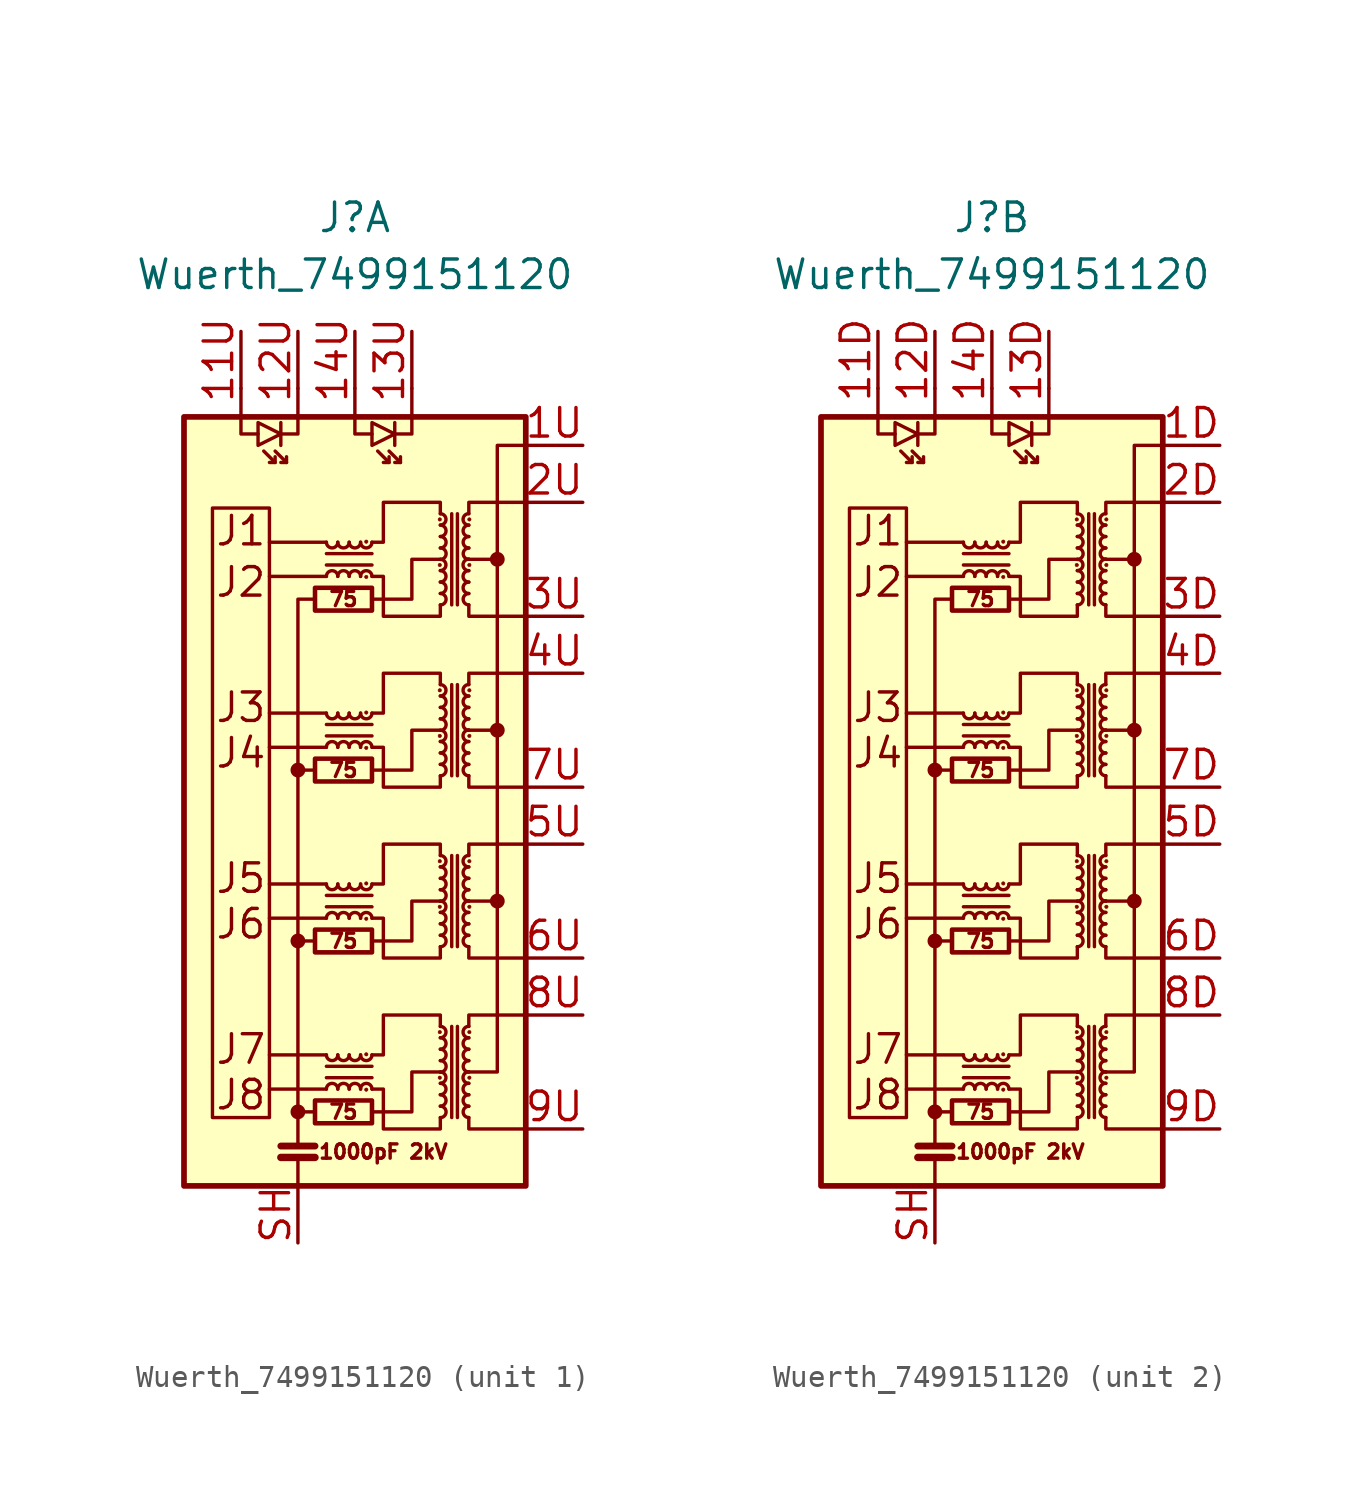
<source format=kicad_sym>
(kicad_symbol_lib
  (version 20201005)
  (generator kicad_symbol_editor)
  (symbol "Wuerth_7499151120"
    (pin_names
      (offset 0.025) hide)
    (property "Reference" "J"
      (at 0 25.4 0)
      (effects (font (size 1.27 1.27))))
    (property "Value" "Wuerth_7499151120"
      (at 0 22.86 0)
      (effects (font (size 1.27 1.27))))
    (property "ki_locked" ""
      (at 0 0 0)
      (effects (font (size 1.27 1.27))))
    (symbol "Wuerth_7499151120_0_0"
      (text "1000pF 2kV" (at 1.27 -16.256 0) (effects (font (size 0.635 0.635))))
      (text "75" (at -0.508 -14.478 0) (effects (font (size 0.635 0.635))))
      (text "75" (at -0.508 -6.858 0) (effects (font (size 0.635 0.635))))
      (text "75" (at -0.508 0.762 0) (effects (font (size 0.635 0.635))))
      (text "75" (at -0.508 8.382 0) (effects (font (size 0.635 0.635))))
      (text "J1" (at -5.08 11.43 0) (effects (font (size 1.27 1.27))))
      (text "J2" (at -5.08 9.144 0) (effects (font (size 1.27 1.27))))
      (text "J3" (at -5.08 3.556 0) (effects (font (size 1.27 1.27))))
      (text "J4" (at -5.08 1.524 0) (effects (font (size 1.27 1.27))))
      (text "J5" (at -5.08 -4.064 0) (effects (font (size 1.27 1.27))))
      (text "J6" (at -5.08 -6.096 0) (effects (font (size 1.27 1.27))))
      (text "J7" (at -5.08 -11.684 0) (effects (font (size 1.27 1.27))))
      (text "J8" (at -5.08 -13.716 0) (effects (font (size 1.27 1.27))))
      (polyline (pts (xy -1.778 -14.478) (xy -2.54 -14.478)) (stroke (width 0)) (fill (type none)))
      (polyline (pts (xy -1.27 -13.462) (xy -3.81 -13.462)) (stroke (width 0)) (fill (type none)))
      (polyline (pts (xy -1.27 -11.938) (xy -3.81 -11.938)) (stroke (width 0)) (fill (type none)))
      (polyline (pts (xy -1.27 -5.842) (xy -3.81 -5.842)) (stroke (width 0)) (fill (type none)))
      (polyline (pts (xy -1.27 -4.318) (xy -3.81 -4.318)) (stroke (width 0)) (fill (type none)))
      (polyline (pts (xy -1.27 1.778) (xy -3.81 1.778)) (stroke (width 0)) (fill (type none)))
      (polyline (pts (xy -1.27 3.302) (xy -3.81 3.302)) (stroke (width 0)) (fill (type none)))
      (polyline (pts (xy -1.27 9.398) (xy -3.81 9.398)) (stroke (width 0)) (fill (type none)))
      (polyline (pts (xy -1.27 10.922) (xy -3.81 10.922)) (stroke (width 0)) (fill (type none)))
      (polyline (pts (xy 5.08 2.54) (xy 6.35 2.54)) (stroke (width 0)) (fill (type none)))
      (polyline (pts (xy 6.35 -5.08) (xy 5.08 -5.08)) (stroke (width 0)) (fill (type none)))
      (polyline (pts (xy 6.35 10.16) (xy 5.08 10.16)) (stroke (width 0)) (fill (type none)))
      (polyline (pts (xy 0.762 -14.478) (xy 2.54 -14.478) (xy 2.54 -12.7) (xy 3.81 -12.7)) (stroke (width 0)) (fill (type none)))
      (polyline (pts (xy 0.762 -6.858) (xy 2.54 -6.858) (xy 2.54 -5.08) (xy 3.81 -5.08)) (stroke (width 0)) (fill (type none)))
      (polyline (pts (xy 0.762 0.762) (xy 2.54 0.762) (xy 2.54 2.54) (xy 3.81 2.54)) (stroke (width 0)) (fill (type none)))
      (polyline (pts (xy 0.762 8.382) (xy 2.54 8.382) (xy 2.54 10.16) (xy 3.81 10.16)) (stroke (width 0)) (fill (type none))))
    (symbol "Wuerth_7499151120_0_1"
      (arc (start -0.762 -13.462) (end -1.27 -13.462) (radius (at -1.016 -13.462) (length 0.254) (angles 0.1 179.9)) (stroke (width 0)) (fill (type none)))
      (arc (start -1.27 -11.938) (end -0.762 -11.938) (radius (at -1.016 -11.938) (length 0.254) (angles -179.9 -0.1)) (stroke (width 0)) (fill (type none)))
      (arc (start -0.762 -5.842) (end -1.27 -5.842) (radius (at -1.016 -5.842) (length 0.254) (angles 0.1 179.9)) (stroke (width 0)) (fill (type none)))
      (arc (start -1.27 -4.318) (end -0.762 -4.318) (radius (at -1.016 -4.318) (length 0.254) (angles -179.9 -0.1)) (stroke (width 0)) (fill (type none)))
      (arc (start -0.762 1.778) (end -1.27 1.778) (radius (at -1.016 1.778) (length 0.254) (angles 0.1 179.9)) (stroke (width 0)) (fill (type none)))
      (arc (start -1.27 3.302) (end -0.762 3.302) (radius (at -1.016 3.302) (length 0.254) (angles -179.9 -0.1)) (stroke (width 0)) (fill (type none)))
      (arc (start -0.762 9.398) (end -1.27 9.398) (radius (at -1.016 9.398) (length 0.254) (angles 0.1 179.9)) (stroke (width 0)) (fill (type none)))
      (arc (start -1.27 10.922) (end -0.762 10.922) (radius (at -1.016 10.922) (length 0.254) (angles -179.9 -0.1)) (stroke (width 0)) (fill (type none)))
      (arc (start -0.254 -13.462) (end -0.762 -13.462) (radius (at -0.508 -13.462) (length 0.254) (angles 0.1 179.9)) (stroke (width 0)) (fill (type none)))
      (arc (start -0.762 -11.938) (end -0.254 -11.938) (radius (at -0.508 -11.938) (length 0.254) (angles -179.9 -0.1)) (stroke (width 0)) (fill (type none)))
      (arc (start -0.254 -5.842) (end -0.762 -5.842) (radius (at -0.508 -5.842) (length 0.254) (angles 0.1 179.9)) (stroke (width 0)) (fill (type none)))
      (arc (start -0.762 -4.318) (end -0.254 -4.318) (radius (at -0.508 -4.318) (length 0.254) (angles -179.9 -0.1)) (stroke (width 0)) (fill (type none)))
      (arc (start -0.254 1.778) (end -0.762 1.778) (radius (at -0.508 1.778) (length 0.254) (angles 0.1 179.9)) (stroke (width 0)) (fill (type none)))
      (arc (start -0.762 3.302) (end -0.254 3.302) (radius (at -0.508 3.302) (length 0.254) (angles -179.9 -0.1)) (stroke (width 0)) (fill (type none)))
      (arc (start -0.254 9.398) (end -0.762 9.398) (radius (at -0.508 9.398) (length 0.254) (angles 0.1 179.9)) (stroke (width 0)) (fill (type none)))
      (arc (start -0.762 10.922) (end -0.254 10.922) (radius (at -0.508 10.922) (length 0.254) (angles -179.9 -0.1)) (stroke (width 0)) (fill (type none)))
      (arc (start 0.254 -13.462) (end -0.254 -13.462) (radius (at 0 -13.462) (length 0.254) (angles 0.1 179.9)) (stroke (width 0)) (fill (type none)))
      (arc (start -0.254 -11.938) (end 0.254 -11.938) (radius (at 0 -11.938) (length 0.254) (angles -179.9 -0.1)) (stroke (width 0)) (fill (type none)))
      (arc (start 0.254 -5.842) (end -0.254 -5.842) (radius (at 0 -5.842) (length 0.254) (angles 0.1 179.9)) (stroke (width 0)) (fill (type none)))
      (arc (start -0.254 -4.318) (end 0.254 -4.318) (radius (at 0 -4.318) (length 0.254) (angles -179.9 -0.1)) (stroke (width 0)) (fill (type none)))
      (arc (start 0.254 1.778) (end -0.254 1.778) (radius (at 0 1.778) (length 0.254) (angles 0.1 179.9)) (stroke (width 0)) (fill (type none)))
      (arc (start -0.254 3.302) (end 0.254 3.302) (radius (at 0 3.302) (length 0.254) (angles -179.9 -0.1)) (stroke (width 0)) (fill (type none)))
      (arc (start 0.254 9.398) (end -0.254 9.398) (radius (at 0 9.398) (length 0.254) (angles 0.1 179.9)) (stroke (width 0)) (fill (type none)))
      (arc (start -0.254 10.922) (end 0.254 10.922) (radius (at 0 10.922) (length 0.254) (angles -179.9 -0.1)) (stroke (width 0)) (fill (type none)))
      (arc (start 0.762 -13.462) (end 0.254 -13.462) (radius (at 0.508 -13.462) (length 0.254) (angles 0.1 179.9)) (stroke (width 0)) (fill (type none)))
      (arc (start 0.254 -11.938) (end 0.762 -11.938) (radius (at 0.508 -11.938) (length 0.254) (angles -179.9 -0.1)) (stroke (width 0)) (fill (type none)))
      (arc (start 0.762 -5.842) (end 0.254 -5.842) (radius (at 0.508 -5.842) (length 0.254) (angles 0.1 179.9)) (stroke (width 0)) (fill (type none)))
      (arc (start 0.254 -4.318) (end 0.762 -4.318) (radius (at 0.508 -4.318) (length 0.254) (angles -179.9 -0.1)) (stroke (width 0)) (fill (type none)))
      (arc (start 0.762 1.778) (end 0.254 1.778) (radius (at 0.508 1.778) (length 0.254) (angles 0.1 179.9)) (stroke (width 0)) (fill (type none)))
      (arc (start 0.254 3.302) (end 0.762 3.302) (radius (at 0.508 3.302) (length 0.254) (angles -179.9 -0.1)) (stroke (width 0)) (fill (type none)))
      (arc (start 0.762 9.398) (end 0.254 9.398) (radius (at 0.508 9.398) (length 0.254) (angles 0.1 179.9)) (stroke (width 0)) (fill (type none)))
      (arc (start 0.254 10.922) (end 0.762 10.922) (radius (at 0.508 10.922) (length 0.254) (angles -179.9 -0.1)) (stroke (width 0)) (fill (type none)))
      (arc (start 3.81 -14.732) (end 3.81 -14.224) (radius (at 3.81 -14.478) (length 0.254) (angles -89.9 89.9)) (stroke (width 0)) (fill (type none)))
      (arc (start 3.81 -14.224) (end 3.81 -13.716) (radius (at 3.81 -13.97) (length 0.254) (angles -89.9 89.9)) (stroke (width 0)) (fill (type none)))
      (arc (start 3.81 -13.716) (end 3.81 -13.208) (radius (at 3.81 -13.462) (length 0.254) (angles -89.9 89.9)) (stroke (width 0)) (fill (type none)))
      (arc (start 3.81 -13.208) (end 3.81 -12.7) (radius (at 3.81 -12.954) (length 0.254) (angles -89.9 89.9)) (stroke (width 0)) (fill (type none)))
      (arc (start 3.81 -12.7) (end 3.81 -12.192) (radius (at 3.81 -12.446) (length 0.254) (angles -89.9 89.9)) (stroke (width 0)) (fill (type none)))
      (arc (start 3.81 -12.192) (end 3.81 -11.684) (radius (at 3.81 -11.938) (length 0.254) (angles -89.9 89.9)) (stroke (width 0)) (fill (type none)))
      (arc (start 3.81 -11.684) (end 3.81 -11.176) (radius (at 3.81 -11.43) (length 0.254) (angles -89.9 89.9)) (stroke (width 0)) (fill (type none)))
      (arc (start 3.81 -11.176) (end 3.81 -10.668) (radius (at 3.81 -10.922) (length 0.254) (angles -89.9 89.9)) (stroke (width 0)) (fill (type none)))
      (arc (start 3.81 -7.112) (end 3.81 -6.604) (radius (at 3.81 -6.858) (length 0.254) (angles -89.9 89.9)) (stroke (width 0)) (fill (type none)))
      (arc (start 3.81 -6.604) (end 3.81 -6.096) (radius (at 3.81 -6.35) (length 0.254) (angles -89.9 89.9)) (stroke (width 0)) (fill (type none)))
      (arc (start 3.81 -6.096) (end 3.81 -5.588) (radius (at 3.81 -5.842) (length 0.254) (angles -89.9 89.9)) (stroke (width 0)) (fill (type none)))
      (arc (start 3.81 -5.588) (end 3.81 -5.08) (radius (at 3.81 -5.334) (length 0.254) (angles -89.9 89.9)) (stroke (width 0)) (fill (type none)))
      (arc (start 3.81 -5.08) (end 3.81 -4.572) (radius (at 3.81 -4.826) (length 0.254) (angles -89.9 89.9)) (stroke (width 0)) (fill (type none)))
      (arc (start 3.81 -4.572) (end 3.81 -4.064) (radius (at 3.81 -4.318) (length 0.254) (angles -89.9 89.9)) (stroke (width 0)) (fill (type none)))
      (arc (start 3.81 -4.064) (end 3.81 -3.556) (radius (at 3.81 -3.81) (length 0.254) (angles -89.9 89.9)) (stroke (width 0)) (fill (type none)))
      (arc (start 3.81 -3.556) (end 3.81 -3.048) (radius (at 3.81 -3.302) (length 0.254) (angles -89.9 89.9)) (stroke (width 0)) (fill (type none)))
      (arc (start 3.81 0.508) (end 3.81 1.016) (radius (at 3.81 0.762) (length 0.254) (angles -89.9 89.9)) (stroke (width 0)) (fill (type none)))
      (arc (start 3.81 1.016) (end 3.81 1.524) (radius (at 3.81 1.27) (length 0.254) (angles -89.9 89.9)) (stroke (width 0)) (fill (type none)))
      (arc (start 3.81 1.524) (end 3.81 2.032) (radius (at 3.81 1.778) (length 0.254) (angles -89.9 89.9)) (stroke (width 0)) (fill (type none)))
      (arc (start 3.81 2.032) (end 3.81 2.54) (radius (at 3.81 2.286) (length 0.254) (angles -89.9 89.9)) (stroke (width 0)) (fill (type none)))
      (arc (start 3.81 2.54) (end 3.81 3.048) (radius (at 3.81 2.794) (length 0.254) (angles -89.9 89.9)) (stroke (width 0)) (fill (type none)))
      (arc (start 3.81 3.048) (end 3.81 3.556) (radius (at 3.81 3.302) (length 0.254) (angles -89.9 89.9)) (stroke (width 0)) (fill (type none)))
      (arc (start 3.81 3.556) (end 3.81 4.064) (radius (at 3.81 3.81) (length 0.254) (angles -89.9 89.9)) (stroke (width 0)) (fill (type none)))
      (arc (start 3.81 4.064) (end 3.81 4.572) (radius (at 3.81 4.318) (length 0.254) (angles -89.9 89.9)) (stroke (width 0)) (fill (type none)))
      (arc (start 3.81 8.128) (end 3.81 8.636) (radius (at 3.81 8.382) (length 0.254) (angles -89.9 89.9)) (stroke (width 0)) (fill (type none)))
      (arc (start 3.81 8.636) (end 3.81 9.144) (radius (at 3.81 8.89) (length 0.254) (angles -89.9 89.9)) (stroke (width 0)) (fill (type none)))
      (arc (start 3.81 9.144) (end 3.81 9.652) (radius (at 3.81 9.398) (length 0.254) (angles -89.9 89.9)) (stroke (width 0)) (fill (type none)))
      (arc (start 3.81 9.652) (end 3.81 10.16) (radius (at 3.81 9.906) (length 0.254) (angles -89.9 89.9)) (stroke (width 0)) (fill (type none)))
      (arc (start 3.81 10.16) (end 3.81 10.668) (radius (at 3.81 10.414) (length 0.254) (angles -89.9 89.9)) (stroke (width 0)) (fill (type none)))
      (arc (start 3.81 10.668) (end 3.81 11.176) (radius (at 3.81 10.922) (length 0.254) (angles -89.9 89.9)) (stroke (width 0)) (fill (type none)))
      (arc (start 3.81 11.176) (end 3.81 11.684) (radius (at 3.81 11.43) (length 0.254) (angles -89.9 89.9)) (stroke (width 0)) (fill (type none)))
      (arc (start 3.81 11.684) (end 3.81 12.192) (radius (at 3.81 11.938) (length 0.254) (angles -89.9 89.9)) (stroke (width 0)) (fill (type none)))
      (arc (start 5.08 -14.224) (end 5.08 -14.732) (radius (at 5.08 -14.478) (length 0.254) (angles 90.1 -90.1)) (stroke (width 0)) (fill (type none)))
      (arc (start 5.08 -13.716) (end 5.08 -14.224) (radius (at 5.08 -13.97) (length 0.254) (angles 90.1 -90.1)) (stroke (width 0)) (fill (type none)))
      (arc (start 5.08 -13.208) (end 5.08 -13.716) (radius (at 5.08 -13.462) (length 0.254) (angles 90.1 -90.1)) (stroke (width 0)) (fill (type none)))
      (arc (start 5.08 -12.7) (end 5.08 -13.208) (radius (at 5.08 -12.954) (length 0.254) (angles 90.1 -90.1)) (stroke (width 0)) (fill (type none)))
      (arc (start 5.08 -12.192) (end 5.08 -12.7) (radius (at 5.08 -12.446) (length 0.254) (angles 90.1 -90.1)) (stroke (width 0)) (fill (type none)))
      (arc (start 5.08 -11.684) (end 5.08 -12.192) (radius (at 5.08 -11.938) (length 0.254) (angles 90.1 -90.1)) (stroke (width 0)) (fill (type none)))
      (arc (start 5.08 -11.176) (end 5.08 -11.684) (radius (at 5.08 -11.43) (length 0.254) (angles 90.1 -90.1)) (stroke (width 0)) (fill (type none)))
      (arc (start 5.08 -10.668) (end 5.08 -11.176) (radius (at 5.08 -10.922) (length 0.254) (angles 90.1 -90.1)) (stroke (width 0)) (fill (type none)))
      (arc (start 5.08 -6.604) (end 5.08 -7.112) (radius (at 5.08 -6.858) (length 0.254) (angles 90.1 -90.1)) (stroke (width 0)) (fill (type none)))
      (arc (start 5.08 -6.096) (end 5.08 -6.604) (radius (at 5.08 -6.35) (length 0.254) (angles 90.1 -90.1)) (stroke (width 0)) (fill (type none)))
      (arc (start 5.08 -5.588) (end 5.08 -6.096) (radius (at 5.08 -5.842) (length 0.254) (angles 90.1 -90.1)) (stroke (width 0)) (fill (type none)))
      (arc (start 5.08 -5.08) (end 5.08 -5.588) (radius (at 5.08 -5.334) (length 0.254) (angles 90.1 -90.1)) (stroke (width 0)) (fill (type none)))
      (arc (start 5.08 -4.572) (end 5.08 -5.08) (radius (at 5.08 -4.826) (length 0.254) (angles 90.1 -90.1)) (stroke (width 0)) (fill (type none)))
      (arc (start 5.08 -4.064) (end 5.08 -4.572) (radius (at 5.08 -4.318) (length 0.254) (angles 90.1 -90.1)) (stroke (width 0)) (fill (type none)))
      (arc (start 5.08 -3.556) (end 5.08 -4.064) (radius (at 5.08 -3.81) (length 0.254) (angles 90.1 -90.1)) (stroke (width 0)) (fill (type none)))
      (arc (start 5.08 -3.048) (end 5.08 -3.556) (radius (at 5.08 -3.302) (length 0.254) (angles 90.1 -90.1)) (stroke (width 0)) (fill (type none)))
      (arc (start 5.08 1.016) (end 5.08 0.508) (radius (at 5.08 0.762) (length 0.254) (angles 90.1 -90.1)) (stroke (width 0)) (fill (type none)))
      (arc (start 5.08 1.524) (end 5.08 1.016) (radius (at 5.08 1.27) (length 0.254) (angles 90.1 -90.1)) (stroke (width 0)) (fill (type none)))
      (arc (start 5.08 2.032) (end 5.08 1.524) (radius (at 5.08 1.778) (length 0.254) (angles 90.1 -90.1)) (stroke (width 0)) (fill (type none)))
      (arc (start 5.08 2.54) (end 5.08 2.032) (radius (at 5.08 2.286) (length 0.254) (angles 90.1 -90.1)) (stroke (width 0)) (fill (type none)))
      (arc (start 5.08 3.048) (end 5.08 2.54) (radius (at 5.08 2.794) (length 0.254) (angles 90.1 -90.1)) (stroke (width 0)) (fill (type none)))
      (arc (start 5.08 3.556) (end 5.08 3.048) (radius (at 5.08 3.302) (length 0.254) (angles 90.1 -90.1)) (stroke (width 0)) (fill (type none)))
      (arc (start 5.08 4.064) (end 5.08 3.556) (radius (at 5.08 3.81) (length 0.254) (angles 90.1 -90.1)) (stroke (width 0)) (fill (type none)))
      (arc (start 5.08 4.572) (end 5.08 4.064) (radius (at 5.08 4.318) (length 0.254) (angles 90.1 -90.1)) (stroke (width 0)) (fill (type none)))
      (arc (start 5.08 8.636) (end 5.08 8.128) (radius (at 5.08 8.382) (length 0.254) (angles 90.1 -90.1)) (stroke (width 0)) (fill (type none)))
      (arc (start 5.08 9.144) (end 5.08 8.636) (radius (at 5.08 8.89) (length 0.254) (angles 90.1 -90.1)) (stroke (width 0)) (fill (type none)))
      (arc (start 5.08 9.652) (end 5.08 9.144) (radius (at 5.08 9.398) (length 0.254) (angles 90.1 -90.1)) (stroke (width 0)) (fill (type none)))
      (arc (start 5.08 10.16) (end 5.08 9.652) (radius (at 5.08 9.906) (length 0.254) (angles 90.1 -90.1)) (stroke (width 0)) (fill (type none)))
      (arc (start 5.08 10.668) (end 5.08 10.16) (radius (at 5.08 10.414) (length 0.254) (angles 90.1 -90.1)) (stroke (width 0)) (fill (type none)))
      (arc (start 5.08 11.176) (end 5.08 10.668) (radius (at 5.08 10.922) (length 0.254) (angles 90.1 -90.1)) (stroke (width 0)) (fill (type none)))
      (arc (start 5.08 11.684) (end 5.08 11.176) (radius (at 5.08 11.43) (length 0.254) (angles 90.1 -90.1)) (stroke (width 0)) (fill (type none)))
      (arc (start 5.08 12.192) (end 5.08 11.684) (radius (at 5.08 11.938) (length 0.254) (angles 90.1 -90.1)) (stroke (width 0)) (fill (type none)))
      (circle (center -2.54 -14.478) (radius 0.254) (stroke (width 0)) (fill (type outline)))
      (circle (center -2.54 -6.858) (radius 0.254) (stroke (width 0)) (fill (type outline)))
      (circle (center -2.54 0.762) (radius 0.254) (stroke (width 0)) (fill (type outline)))
      (circle (center 0.508 -13.487) (radius 0.076) (stroke (width 0.025)) (fill (type outline)))
      (circle (center 0.508 -11.913) (radius 0.076) (stroke (width 0.025)) (fill (type outline)))
      (circle (center 0.508 -5.867) (radius 0.076) (stroke (width 0.025)) (fill (type outline)))
      (circle (center 0.508 -4.293) (radius 0.076) (stroke (width 0.025)) (fill (type outline)))
      (circle (center 0.508 1.753) (radius 0.076) (stroke (width 0.025)) (fill (type outline)))
      (circle (center 0.508 3.327) (radius 0.076) (stroke (width 0.025)) (fill (type outline)))
      (circle (center 0.508 9.373) (radius 0.076) (stroke (width 0.025)) (fill (type outline)))
      (circle (center 0.508 10.947) (radius 0.076) (stroke (width 0.025)) (fill (type outline)))
      (circle (center 3.785 -12.954) (radius 0.076) (stroke (width 0.025)) (fill (type outline)))
      (circle (center 3.785 -10.922) (radius 0.076) (stroke (width 0.025)) (fill (type outline)))
      (circle (center 3.785 -5.334) (radius 0.076) (stroke (width 0.025)) (fill (type outline)))
      (circle (center 3.785 -3.302) (radius 0.076) (stroke (width 0.025)) (fill (type outline)))
      (circle (center 3.785 2.286) (radius 0.076) (stroke (width 0.025)) (fill (type outline)))
      (circle (center 3.785 4.318) (radius 0.076) (stroke (width 0.025)) (fill (type outline)))
      (circle (center 3.785 9.906) (radius 0.076) (stroke (width 0.025)) (fill (type outline)))
      (circle (center 3.785 11.938) (radius 0.076) (stroke (width 0.025)) (fill (type outline)))
      (circle (center 5.105 -12.954) (radius 0.076) (stroke (width 0.025)) (fill (type outline)))
      (circle (center 5.105 -10.922) (radius 0.076) (stroke (width 0.025)) (fill (type outline)))
      (circle (center 5.105 -5.334) (radius 0.076) (stroke (width 0.025)) (fill (type outline)))
      (circle (center 5.105 -3.302) (radius 0.076) (stroke (width 0.025)) (fill (type outline)))
      (circle (center 5.105 2.286) (radius 0.076) (stroke (width 0.025)) (fill (type outline)))
      (circle (center 5.105 4.318) (radius 0.076) (stroke (width 0.025)) (fill (type outline)))
      (circle (center 5.105 9.906) (radius 0.076) (stroke (width 0.025)) (fill (type outline)))
      (circle (center 5.105 11.938) (radius 0.076) (stroke (width 0.025)) (fill (type outline)))
      (circle (center 6.35 -5.08) (radius 0.254) (stroke (width 0)) (fill (type outline)))
      (circle (center 6.35 2.54) (radius 0.254) (stroke (width 0)) (fill (type outline)))
      (circle (center 6.35 10.16) (radius 0.254) (stroke (width 0)) (fill (type outline)))
      (rectangle (start -3.81 -14.732) (end -6.35 12.446) (stroke (width 0)) (fill (type none)))
      (rectangle (start -1.778 -14.986) (end 0.762 -13.97) (stroke (width 0.203)) (fill (type none)))
      (rectangle (start -1.778 -7.366) (end 0.762 -6.35) (stroke (width 0.203)) (fill (type none)))
      (rectangle (start -1.778 0.254) (end 0.762 1.27) (stroke (width 0.203)) (fill (type none)))
      (rectangle (start -1.778 7.874) (end 0.762 8.89) (stroke (width 0.203)) (fill (type none)))
      (rectangle (start 7.62 16.51) (end -7.62 -17.78) (stroke (width 0.254)) (fill (type background)))
      (polyline (pts (xy -3.556 14.478) (xy -4.064 14.986)) (stroke (width 0)) (fill (type none)))
      (polyline (pts (xy -3.302 -16.51) (xy -1.778 -16.51)) (stroke (width 0.33)) (fill (type none)))
      (polyline (pts (xy -3.302 -16.002) (xy -1.778 -16.002)) (stroke (width 0.305)) (fill (type none)))
      (polyline (pts (xy -3.302 16.256) (xy -3.302 15.24)) (stroke (width 0)) (fill (type none)))
      (polyline (pts (xy -3.048 14.478) (xy -3.556 14.986)) (stroke (width 0)) (fill (type none)))
      (polyline (pts (xy -2.54 -17.78) (xy -2.54 -16.51)) (stroke (width 0)) (fill (type none)))
      (polyline (pts (xy -2.54 0.762) (xy -1.778 0.762)) (stroke (width 0)) (fill (type none)))
      (polyline (pts (xy -1.778 -6.858) (xy -2.54 -6.858)) (stroke (width 0)) (fill (type none)))
      (polyline (pts (xy -1.27 -12.954) (xy 0.762 -12.954)) (stroke (width 0)) (fill (type none)))
      (polyline (pts (xy -1.27 -5.334) (xy 0.762 -5.334)) (stroke (width 0)) (fill (type none)))
      (polyline (pts (xy -1.27 2.286) (xy 0.762 2.286)) (stroke (width 0)) (fill (type none)))
      (polyline (pts (xy -1.27 9.906) (xy 0.762 9.906)) (stroke (width 0)) (fill (type none)))
      (polyline (pts (xy 0.762 -12.446) (xy -1.27 -12.446)) (stroke (width 0)) (fill (type none)))
      (polyline (pts (xy 0.762 -4.826) (xy -1.27 -4.826)) (stroke (width 0)) (fill (type none)))
      (polyline (pts (xy 0.762 2.794) (xy -1.27 2.794)) (stroke (width 0)) (fill (type none)))
      (polyline (pts (xy 0.762 10.414) (xy -1.27 10.414)) (stroke (width 0)) (fill (type none)))
      (polyline (pts (xy 1.524 14.478) (xy 1.016 14.986)) (stroke (width 0)) (fill (type none)))
      (polyline (pts (xy 1.778 16.256) (xy 1.778 15.24)) (stroke (width 0)) (fill (type none)))
      (polyline (pts (xy 2.032 14.478) (xy 1.524 14.986)) (stroke (width 0)) (fill (type none)))
      (polyline (pts (xy 4.318 -10.668) (xy 4.318 -14.732)) (stroke (width 0)) (fill (type none)))
      (polyline (pts (xy 4.318 -3.048) (xy 4.318 -7.112)) (stroke (width 0)) (fill (type none)))
      (polyline (pts (xy 4.318 4.572) (xy 4.318 0.508)) (stroke (width 0)) (fill (type none)))
      (polyline (pts (xy 4.318 12.192) (xy 4.318 8.128)) (stroke (width 0)) (fill (type none)))
      (polyline (pts (xy 4.572 -14.732) (xy 4.572 -10.668)) (stroke (width 0)) (fill (type none)))
      (polyline (pts (xy 4.572 -7.112) (xy 4.572 -3.048)) (stroke (width 0)) (fill (type none)))
      (polyline (pts (xy 4.572 0.508) (xy 4.572 4.572)) (stroke (width 0)) (fill (type none)))
      (polyline (pts (xy 4.572 8.128) (xy 4.572 12.192)) (stroke (width 0)) (fill (type none)))
      (polyline (pts (xy -5.08 17.78) (xy -5.08 15.748) (xy -4.318 15.748)) (stroke (width 0)) (fill (type none)))
      (polyline (pts (xy -3.556 14.732) (xy -3.556 14.478) (xy -3.81 14.478)) (stroke (width 0)) (fill (type none)))
      (polyline (pts (xy -3.048 14.732) (xy -3.048 14.478) (xy -3.302 14.478)) (stroke (width 0)) (fill (type none)))
      (polyline (pts (xy -2.54 -16.002) (xy -2.54 8.382) (xy -1.778 8.382)) (stroke (width 0)) (fill (type none)))
      (polyline (pts (xy -2.54 17.78) (xy -2.54 15.748) (xy -3.302 15.748)) (stroke (width 0)) (fill (type none)))
      (polyline (pts (xy 0 17.78) (xy 0 15.748) (xy 0.762 15.748)) (stroke (width 0)) (fill (type none)))
      (polyline (pts (xy 1.524 14.732) (xy 1.524 14.478) (xy 1.27 14.478)) (stroke (width 0)) (fill (type none)))
      (polyline (pts (xy 2.032 14.732) (xy 2.032 14.478) (xy 1.778 14.478)) (stroke (width 0)) (fill (type none)))
      (polyline (pts (xy 2.54 17.78) (xy 2.54 15.748) (xy 1.778 15.748)) (stroke (width 0)) (fill (type none)))
      (polyline (pts (xy 5.08 -14.732) (xy 5.08 -15.24) (xy 7.62 -15.24)) (stroke (width 0)) (fill (type none)))
      (polyline (pts (xy 5.08 -10.668) (xy 5.08 -10.16) (xy 7.62 -10.16)) (stroke (width 0)) (fill (type none)))
      (polyline (pts (xy 5.08 -7.112) (xy 5.08 -7.62) (xy 7.62 -7.62)) (stroke (width 0)) (fill (type none)))
      (polyline (pts (xy 5.08 -3.048) (xy 5.08 -2.54) (xy 7.62 -2.54)) (stroke (width 0)) (fill (type none)))
      (polyline (pts (xy 5.08 0.508) (xy 5.08 0) (xy 7.62 0)) (stroke (width 0)) (fill (type none)))
      (polyline (pts (xy 5.08 4.572) (xy 5.08 5.08) (xy 7.62 5.08)) (stroke (width 0)) (fill (type none)))
      (polyline (pts (xy 5.08 8.128) (xy 5.08 7.62) (xy 7.62 7.62)) (stroke (width 0)) (fill (type none)))
      (polyline (pts (xy 5.08 12.192) (xy 5.08 12.7) (xy 7.62 12.7)) (stroke (width 0)) (fill (type none)))
      (polyline (pts (xy -3.302 15.748) (xy -4.318 16.256) (xy -4.318 15.24) (xy -3.302 15.748)) (stroke (width 0)) (fill (type none)))
      (polyline (pts (xy 1.778 15.748) (xy 0.762 16.256) (xy 0.762 15.24) (xy 1.778 15.748)) (stroke (width 0)) (fill (type none)))
      (polyline (pts (xy 7.62 15.24) (xy 6.35 15.24) (xy 6.35 -12.7) (xy 5.08 -12.7)) (stroke (width 0)) (fill (type none)))
      (polyline (pts (xy 0.762 -11.938) (xy 1.27 -11.938) (xy 1.27 -10.16) (xy 3.81 -10.16) (xy 3.81 -10.668)) (stroke (width 0)) (fill (type none)))
      (polyline (pts (xy 0.762 -4.318) (xy 1.27 -4.318) (xy 1.27 -2.54) (xy 3.81 -2.54) (xy 3.81 -3.048)) (stroke (width 0)) (fill (type none)))
      (polyline (pts (xy 0.762 3.302) (xy 1.27 3.302) (xy 1.27 5.08) (xy 3.81 5.08) (xy 3.81 4.572)) (stroke (width 0)) (fill (type none)))
      (polyline (pts (xy 0.762 10.922) (xy 1.27 10.922) (xy 1.27 12.7) (xy 3.81 12.7) (xy 3.81 12.192)) (stroke (width 0)) (fill (type none)))
      (polyline (pts (xy 3.81 -14.732) (xy 3.81 -15.24) (xy 1.27 -15.24) (xy 1.27 -13.462) (xy 0.762 -13.462)) (stroke (width 0)) (fill (type none)))
      (polyline (pts (xy 3.81 -7.112) (xy 3.81 -7.62) (xy 1.27 -7.62) (xy 1.27 -5.842) (xy 0.762 -5.842)) (stroke (width 0)) (fill (type none)))
      (polyline (pts (xy 3.81 0.508) (xy 3.81 0) (xy 1.27 0) (xy 1.27 1.778) (xy 0.762 1.778)) (stroke (width 0)) (fill (type none)))
      (polyline (pts (xy 3.81 8.128) (xy 3.81 7.62) (xy 1.27 7.62) (xy 1.27 9.398) (xy 0.762 9.398)) (stroke (width 0)) (fill (type none)))
      (pin power_in line (at -2.54 -20.32 90) (length 2.54) (name "~" (effects (font (size 1.27 1.27)))) (number "SH" (effects (font (size 1.27 1.27))))))
    (symbol "Wuerth_7499151120_1_1"
      (pin unconnected line (at 0 -17.78 90) (length 2.54) hide (name "~" (effects (font (size 1.27 1.27)))) (number "10U" (effects (font (size 1.27 1.27)))))
      (pin passive line (at -5.08 20.32 270) (length 2.54) (name "~" (effects (font (size 1.27 1.27)))) (number "11U" (effects (font (size 1.27 1.27)))))
      (pin passive line (at -2.54 20.32 270) (length 2.54) (name "~" (effects (font (size 1.27 1.27)))) (number "12U" (effects (font (size 1.27 1.27)))))
      (pin passive line (at 2.54 20.32 270) (length 2.54) (name "~" (effects (font (size 1.27 1.27)))) (number "13U" (effects (font (size 1.27 1.27)))))
      (pin passive line (at 0 20.32 270) (length 2.54) (name "~" (effects (font (size 1.27 1.27)))) (number "14U" (effects (font (size 1.27 1.27)))))
      (pin passive line (at 10.16 15.24 180) (length 2.54) (name "~" (effects (font (size 1.27 1.27)))) (number "1U" (effects (font (size 1.27 1.27)))))
      (pin passive line (at 10.16 12.7 180) (length 2.54) (name "~" (effects (font (size 1.27 1.27)))) (number "2U" (effects (font (size 1.27 1.27)))))
      (pin passive line (at 10.16 7.62 180) (length 2.54) (name "~" (effects (font (size 1.27 1.27)))) (number "3U" (effects (font (size 1.27 1.27)))))
      (pin passive line (at 10.16 5.08 180) (length 2.54) (name "~" (effects (font (size 1.27 1.27)))) (number "4U" (effects (font (size 1.27 1.27)))))
      (pin passive line (at 10.16 -2.54 180) (length 2.54) (name "~" (effects (font (size 1.27 1.27)))) (number "5U" (effects (font (size 1.27 1.27)))))
      (pin passive line (at 10.16 -7.62 180) (length 2.54) (name "~" (effects (font (size 1.27 1.27)))) (number "6U" (effects (font (size 1.27 1.27)))))
      (pin passive line (at 10.16 0 180) (length 2.54) (name "~" (effects (font (size 1.27 1.27)))) (number "7U" (effects (font (size 1.27 1.27)))))
      (pin passive line (at 10.16 -10.16 180) (length 2.54) (name "~" (effects (font (size 1.27 1.27)))) (number "8U" (effects (font (size 1.27 1.27)))))
      (pin passive line (at 10.16 -15.24 180) (length 2.54) (name "~" (effects (font (size 1.27 1.27)))) (number "9U" (effects (font (size 1.27 1.27))))))
    (symbol "Wuerth_7499151120_2_1"
      (pin unconnected line (at 0 -17.78 90) (length 2.54) hide (name "~" (effects (font (size 1.27 1.27)))) (number "10D" (effects (font (size 1.27 1.27)))))
      (pin passive line (at -5.08 20.32 270) (length 2.54) (name "~" (effects (font (size 1.27 1.27)))) (number "11D" (effects (font (size 1.27 1.27)))))
      (pin passive line (at -2.54 20.32 270) (length 2.54) (name "~" (effects (font (size 1.27 1.27)))) (number "12D" (effects (font (size 1.27 1.27)))))
      (pin passive line (at 2.54 20.32 270) (length 2.54) (name "~" (effects (font (size 1.27 1.27)))) (number "13D" (effects (font (size 1.27 1.27)))))
      (pin passive line (at 0 20.32 270) (length 2.54) (name "~" (effects (font (size 1.27 1.27)))) (number "14D" (effects (font (size 1.27 1.27)))))
      (pin passive line (at 10.16 15.24 180) (length 2.54) (name "~" (effects (font (size 1.27 1.27)))) (number "1D" (effects (font (size 1.27 1.27)))))
      (pin passive line (at 10.16 12.7 180) (length 2.54) (name "~" (effects (font (size 1.27 1.27)))) (number "2D" (effects (font (size 1.27 1.27)))))
      (pin passive line (at 10.16 7.62 180) (length 2.54) (name "~" (effects (font (size 1.27 1.27)))) (number "3D" (effects (font (size 1.27 1.27)))))
      (pin passive line (at 10.16 5.08 180) (length 2.54) (name "~" (effects (font (size 1.27 1.27)))) (number "4D" (effects (font (size 1.27 1.27)))))
      (pin passive line (at 10.16 -2.54 180) (length 2.54) (name "~" (effects (font (size 1.27 1.27)))) (number "5D" (effects (font (size 1.27 1.27)))))
      (pin passive line (at 10.16 -7.62 180) (length 2.54) (name "~" (effects (font (size 1.27 1.27)))) (number "6D" (effects (font (size 1.27 1.27)))))
      (pin passive line (at 10.16 0 180) (length 2.54) (name "~" (effects (font (size 1.27 1.27)))) (number "7D" (effects (font (size 1.27 1.27)))))
      (pin passive line (at 10.16 -10.16 180) (length 2.54) (name "~" (effects (font (size 1.27 1.27)))) (number "8D" (effects (font (size 1.27 1.27)))))
      (pin passive line (at 10.16 -15.24 180) (length 2.54) (name "~" (effects (font (size 1.27 1.27)))) (number "9D" (effects (font (size 1.27 1.27))))))))
</source>
